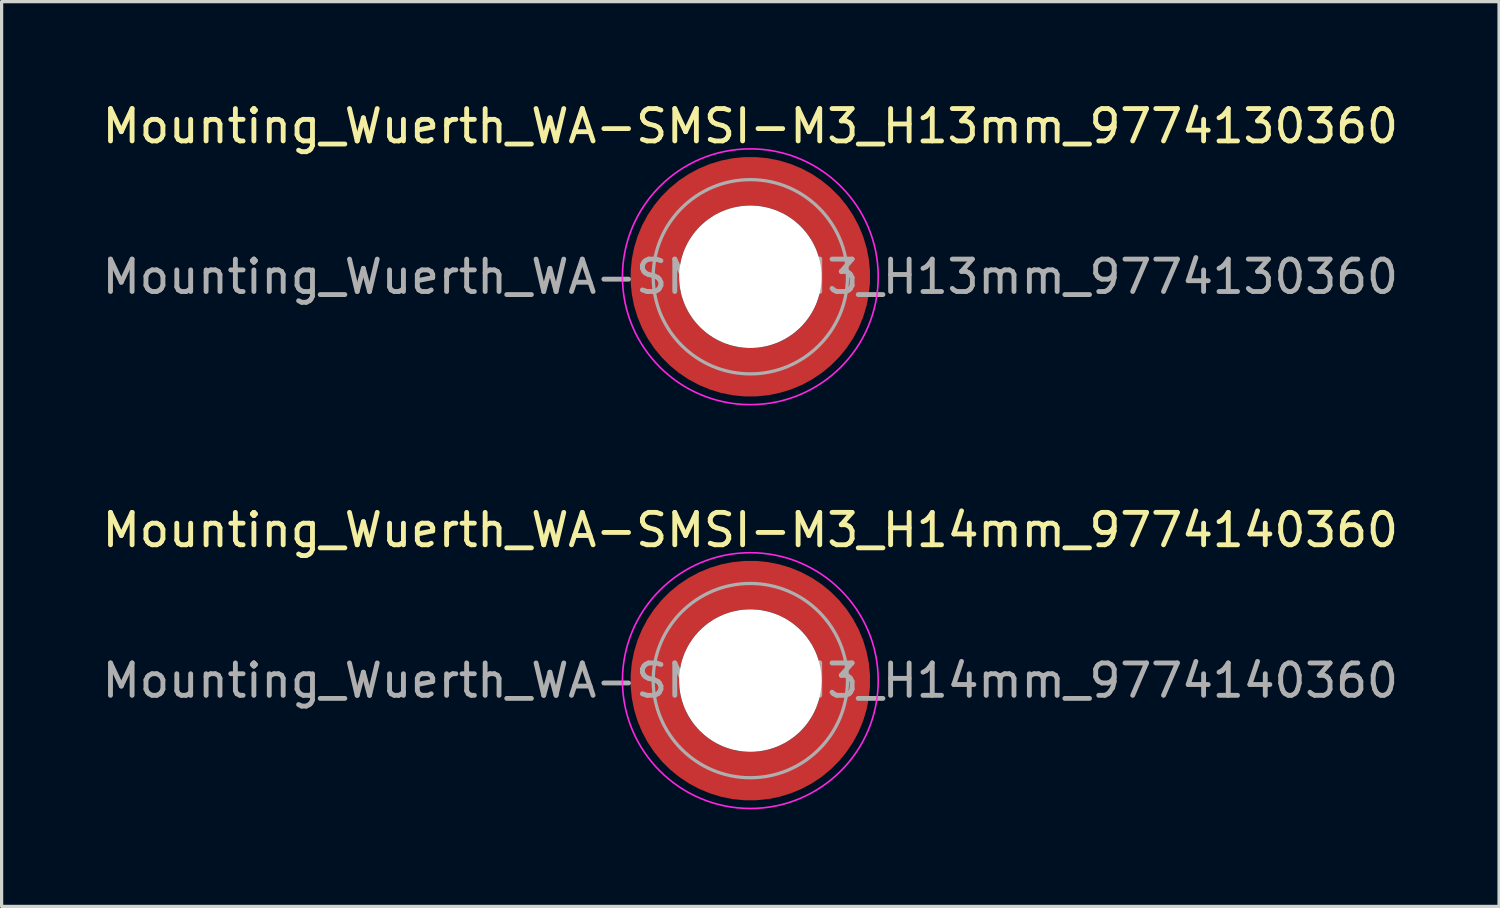
<source format=kicad_pcb>
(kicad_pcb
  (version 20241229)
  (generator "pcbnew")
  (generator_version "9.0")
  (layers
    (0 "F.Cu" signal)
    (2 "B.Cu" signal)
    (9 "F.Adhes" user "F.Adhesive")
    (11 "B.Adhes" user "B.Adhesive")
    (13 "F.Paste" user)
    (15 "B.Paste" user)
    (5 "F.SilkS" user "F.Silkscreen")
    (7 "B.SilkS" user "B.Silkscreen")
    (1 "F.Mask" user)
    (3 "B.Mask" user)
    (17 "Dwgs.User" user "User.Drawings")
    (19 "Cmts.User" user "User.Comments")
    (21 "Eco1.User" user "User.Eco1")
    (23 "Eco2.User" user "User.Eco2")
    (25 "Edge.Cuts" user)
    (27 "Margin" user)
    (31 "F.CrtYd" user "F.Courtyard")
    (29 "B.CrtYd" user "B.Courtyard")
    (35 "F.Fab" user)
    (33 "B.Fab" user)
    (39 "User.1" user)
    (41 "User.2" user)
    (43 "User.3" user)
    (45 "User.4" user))
  (footprint "Mounting_Wuerth_WA-SMSI-M3_H14mm_9774140360"
    (layer "F.Cu")
    (at 20.125 17.971)
    (property "Reference" "Mounting_Wuerth_WA-SMSI-M3_H14mm_9774140360" (at 0 -4.65 0) (layer "F.SilkS") (effects (font (size 1 1) (thickness 0.15))))
    (attr smd)
    (fp_circle (center 0 0) (end 3.95 0) (stroke (width 0.05) (type solid)) (fill no) (layer "F.CrtYd"))
    (fp_circle (center 0 0) (end 3 0) (stroke (width 0.1) (type solid)) (fill no) (layer "F.Fab"))
    (fp_text user "${REFERENCE}" (at 0 0 0) (layer "F.Fab") (effects (font (size 1 1) (thickness 0.15))))
    (pad "" smd custom (at -2.058 -2.058) (size 0.7 0.7) (layers "F.Paste") (options (anchor circle)) (primitives (gr_arc (start -0.377294 1.707681) (mid 0.318198 0.318198) (end 1.707681 -0.377294) (width 0.2)) (gr_arc (start -0.478281 1.707681) (mid 0.247487 0.247487) (end 1.707681 -0.478281) (width 0.2)) (gr_arc (start -0.579192 1.707681) (mid 0.176777 0.176777) (end 1.707681 -0.579192) (width 0.2)) (gr_arc (start -0.680037 1.707681) (mid 0.106066 0.106066) (end 1.707681 -0.680037) (width 0.2)) (gr_arc (start -0.780822 1.707681) (mid 0.035356 0.035356) (end 1.707681 -0.780822) (width 0.2)) (gr_arc (start -0.881554 1.707681) (mid -0.035355 -0.035355) (end 1.707681 -0.881554) (width 0.2)) (gr_arc (start -0.982237 1.707681) (mid -0.106066 -0.106066) (end 1.707681 -0.982237) (width 0.2)) (gr_arc (start -1.082877 1.707681) (mid -0.176777 -0.176777) (end 1.707681 -1.082877) (width 0.2)) (gr_arc (start -1.183476 1.707681) (mid -0.247487 -0.247487) (end 1.707681 -1.183476) (width 0.2)) (gr_arc (start -1.28404 1.707681) (mid -0.318198 -0.318198) (end 1.707681 -1.28404) (width 0.2)) (gr_line (start 1.708 -0.377) (end 1.708 -1.284) (width 0.2)) (gr_line (start -0.377 1.708) (end -1.284 1.708) (width 0.2))))
    (pad "" smd custom (at -2.058 2.058) (size 0.7 0.7) (layers "F.Paste") (options (anchor circle)) (primitives (gr_arc (start 1.707681 0.377294) (mid 0.318198 -0.318198) (end -0.377294 -1.707681) (width 0.2)) (gr_arc (start 1.707681 0.478281) (mid 0.247487 -0.247487) (end -0.478281 -1.707681) (width 0.2)) (gr_arc (start 1.707681 0.579192) (mid 0.176777 -0.176777) (end -0.579192 -1.707681) (width 0.2)) (gr_arc (start 1.707681 0.680037) (mid 0.106066 -0.106066) (end -0.680037 -1.707681) (width 0.2)) (gr_arc (start 1.707681 0.780822) (mid 0.035356 -0.035356) (end -0.780822 -1.707681) (width 0.2)) (gr_arc (start 1.707681 0.881554) (mid -0.035355 0.035355) (end -0.881554 -1.707681) (width 0.2)) (gr_arc (start 1.707681 0.982237) (mid -0.106066 0.106066) (end -0.982237 -1.707681) (width 0.2)) (gr_arc (start 1.707681 1.082877) (mid -0.176777 0.176777) (end -1.082877 -1.707681) (width 0.2)) (gr_arc (start 1.707681 1.183476) (mid -0.247487 0.247487) (end -1.183476 -1.707681) (width 0.2)) (gr_arc (start 1.707681 1.28404) (mid -0.318198 0.318198) (end -1.28404 -1.707681) (width 0.2)) (gr_line (start -0.377 -1.708) (end -1.284 -1.708) (width 0.2)) (gr_line (start 1.708 0.377) (end 1.708 1.284) (width 0.2))))
    (pad "" np_thru_hole circle (at 0 0) (size 4.4 4.4) (drill 4.4) (layers "*.Cu" "*.Mask"))
    (pad "" smd custom (at 2.058 -2.058) (size 0.7 0.7) (layers "F.Paste") (options (anchor circle)) (primitives (gr_arc (start -1.707681 -0.377294) (mid -0.318198 0.318198) (end 0.377294 1.707681) (width 0.2)) (gr_arc (start -1.707681 -0.478281) (mid -0.247487 0.247487) (end 0.478281 1.707681) (width 0.2)) (gr_arc (start -1.707681 -0.579192) (mid -0.176777 0.176777) (end 0.579192 1.707681) (width 0.2)) (gr_arc (start -1.707681 -0.680037) (mid -0.106066 0.106066) (end 0.680037 1.707681) (width 0.2)) (gr_arc (start -1.707681 -0.780822) (mid -0.035356 0.035356) (end 0.780822 1.707681) (width 0.2)) (gr_arc (start -1.707681 -0.881554) (mid 0.035355 -0.035355) (end 0.881554 1.707681) (width 0.2)) (gr_arc (start -1.707681 -0.982237) (mid 0.106066 -0.106066) (end 0.982237 1.707681) (width 0.2)) (gr_arc (start -1.707681 -1.082877) (mid 0.176777 -0.176777) (end 1.082877 1.707681) (width 0.2)) (gr_arc (start -1.707681 -1.183476) (mid 0.247487 -0.247487) (end 1.183476 1.707681) (width 0.2)) (gr_arc (start -1.707681 -1.28404) (mid 0.318198 -0.318198) (end 1.28404 1.707681) (width 0.2)) (gr_line (start 0.377 1.708) (end 1.284 1.708) (width 0.2)) (gr_line (start -1.708 -0.377) (end -1.708 -1.284) (width 0.2))))
    (pad "" smd custom (at 2.058 2.058) (size 0.7 0.7) (layers "F.Paste") (options (anchor circle)) (primitives (gr_arc (start 0.377294 -1.707681) (mid -0.318198 -0.318198) (end -1.707681 0.377294) (width 0.2)) (gr_arc (start 0.478281 -1.707681) (mid -0.247487 -0.247487) (end -1.707681 0.478281) (width 0.2)) (gr_arc (start 0.579192 -1.707681) (mid -0.176777 -0.176777) (end -1.707681 0.579192) (width 0.2)) (gr_arc (start 0.680037 -1.707681) (mid -0.106066 -0.106066) (end -1.707681 0.680037) (width 0.2)) (gr_arc (start 0.780822 -1.707681) (mid -0.035356 -0.035356) (end -1.707681 0.780822) (width 0.2)) (gr_arc (start 0.881554 -1.707681) (mid 0.035355 0.035355) (end -1.707681 0.881554) (width 0.2)) (gr_arc (start 0.982237 -1.707681) (mid 0.106066 0.106066) (end -1.707681 0.982237) (width 0.2)) (gr_arc (start 1.082877 -1.707681) (mid 0.176777 0.176777) (end -1.707681 1.082877) (width 0.2)) (gr_arc (start 1.183476 -1.707681) (mid 0.247487 0.247487) (end -1.707681 1.183476) (width 0.2)) (gr_arc (start 1.28404 -1.707681) (mid 0.318198 0.318198) (end -1.707681 1.28404) (width 0.2)) (gr_line (start -1.708 0.377) (end -1.708 1.284) (width 0.2)) (gr_line (start 0.377 -1.708) (end 1.284 -1.708) (width 0.2))))
    (pad "1" smd circle (at -2.95 0) (size 1.1 1.1) (layers "F.Cu"))
    (pad "1" smd circle (at 0 -2.95) (size 1.1 1.1) (layers "F.Cu"))
    (pad "1" smd circle (at 0 2.95) (size 1.1 1.1) (layers "F.Cu"))
    (pad "1" smd custom (at 2.95 0) (size 1.1 1.1) (layers "F.Cu" "F.Mask") (options (anchor circle)) (primitives (gr_circle (center -2.95 0) (end 0 0) (width 1.5) (fill no)))))
  (footprint "Mounting_Wuerth_WA-SMSI-M3_H13mm_9774130360"
    (layer "F.Cu")
    (at 20.125 5.498)
    (property "Reference" "Mounting_Wuerth_WA-SMSI-M3_H13mm_9774130360" (at 0 -4.65 0) (layer "F.SilkS") (effects (font (size 1 1) (thickness 0.15))))
    (attr smd)
    (fp_circle (center 0 0) (end 3.95 0) (stroke (width 0.05) (type solid)) (fill no) (layer "F.CrtYd"))
    (fp_circle (center 0 0) (end 3 0) (stroke (width 0.1) (type solid)) (fill no) (layer "F.Fab"))
    (fp_text user "${REFERENCE}" (at 0 0 0) (layer "F.Fab") (effects (font (size 1 1) (thickness 0.15))))
    (pad "" smd custom (at -2.058 -2.058) (size 0.7 0.7) (layers "F.Paste") (options (anchor circle)) (primitives (gr_arc (start -0.377294 1.707681) (mid 0.318198 0.318198) (end 1.707681 -0.377294) (width 0.2)) (gr_arc (start -0.478281 1.707681) (mid 0.247487 0.247487) (end 1.707681 -0.478281) (width 0.2)) (gr_arc (start -0.579192 1.707681) (mid 0.176777 0.176777) (end 1.707681 -0.579192) (width 0.2)) (gr_arc (start -0.680037 1.707681) (mid 0.106066 0.106066) (end 1.707681 -0.680037) (width 0.2)) (gr_arc (start -0.780822 1.707681) (mid 0.035356 0.035356) (end 1.707681 -0.780822) (width 0.2)) (gr_arc (start -0.881554 1.707681) (mid -0.035355 -0.035355) (end 1.707681 -0.881554) (width 0.2)) (gr_arc (start -0.982237 1.707681) (mid -0.106066 -0.106066) (end 1.707681 -0.982237) (width 0.2)) (gr_arc (start -1.082877 1.707681) (mid -0.176777 -0.176777) (end 1.707681 -1.082877) (width 0.2)) (gr_arc (start -1.183476 1.707681) (mid -0.247487 -0.247487) (end 1.707681 -1.183476) (width 0.2)) (gr_arc (start -1.28404 1.707681) (mid -0.318198 -0.318198) (end 1.707681 -1.28404) (width 0.2)) (gr_line (start 1.708 -0.377) (end 1.708 -1.284) (width 0.2)) (gr_line (start -0.377 1.708) (end -1.284 1.708) (width 0.2))))
    (pad "" smd custom (at -2.058 2.058) (size 0.7 0.7) (layers "F.Paste") (options (anchor circle)) (primitives (gr_arc (start 1.707681 0.377294) (mid 0.318198 -0.318198) (end -0.377294 -1.707681) (width 0.2)) (gr_arc (start 1.707681 0.478281) (mid 0.247487 -0.247487) (end -0.478281 -1.707681) (width 0.2)) (gr_arc (start 1.707681 0.579192) (mid 0.176777 -0.176777) (end -0.579192 -1.707681) (width 0.2)) (gr_arc (start 1.707681 0.680037) (mid 0.106066 -0.106066) (end -0.680037 -1.707681) (width 0.2)) (gr_arc (start 1.707681 0.780822) (mid 0.035356 -0.035356) (end -0.780822 -1.707681) (width 0.2)) (gr_arc (start 1.707681 0.881554) (mid -0.035355 0.035355) (end -0.881554 -1.707681) (width 0.2)) (gr_arc (start 1.707681 0.982237) (mid -0.106066 0.106066) (end -0.982237 -1.707681) (width 0.2)) (gr_arc (start 1.707681 1.082877) (mid -0.176777 0.176777) (end -1.082877 -1.707681) (width 0.2)) (gr_arc (start 1.707681 1.183476) (mid -0.247487 0.247487) (end -1.183476 -1.707681) (width 0.2)) (gr_arc (start 1.707681 1.28404) (mid -0.318198 0.318198) (end -1.28404 -1.707681) (width 0.2)) (gr_line (start -0.377 -1.708) (end -1.284 -1.708) (width 0.2)) (gr_line (start 1.708 0.377) (end 1.708 1.284) (width 0.2))))
    (pad "" np_thru_hole circle (at 0 0) (size 4.4 4.4) (drill 4.4) (layers "*.Cu" "*.Mask"))
    (pad "" smd custom (at 2.058 -2.058) (size 0.7 0.7) (layers "F.Paste") (options (anchor circle)) (primitives (gr_arc (start -1.707681 -0.377294) (mid -0.318198 0.318198) (end 0.377294 1.707681) (width 0.2)) (gr_arc (start -1.707681 -0.478281) (mid -0.247487 0.247487) (end 0.478281 1.707681) (width 0.2)) (gr_arc (start -1.707681 -0.579192) (mid -0.176777 0.176777) (end 0.579192 1.707681) (width 0.2)) (gr_arc (start -1.707681 -0.680037) (mid -0.106066 0.106066) (end 0.680037 1.707681) (width 0.2)) (gr_arc (start -1.707681 -0.780822) (mid -0.035356 0.035356) (end 0.780822 1.707681) (width 0.2)) (gr_arc (start -1.707681 -0.881554) (mid 0.035355 -0.035355) (end 0.881554 1.707681) (width 0.2)) (gr_arc (start -1.707681 -0.982237) (mid 0.106066 -0.106066) (end 0.982237 1.707681) (width 0.2)) (gr_arc (start -1.707681 -1.082877) (mid 0.176777 -0.176777) (end 1.082877 1.707681) (width 0.2)) (gr_arc (start -1.707681 -1.183476) (mid 0.247487 -0.247487) (end 1.183476 1.707681) (width 0.2)) (gr_arc (start -1.707681 -1.28404) (mid 0.318198 -0.318198) (end 1.28404 1.707681) (width 0.2)) (gr_line (start 0.377 1.708) (end 1.284 1.708) (width 0.2)) (gr_line (start -1.708 -0.377) (end -1.708 -1.284) (width 0.2))))
    (pad "" smd custom (at 2.058 2.058) (size 0.7 0.7) (layers "F.Paste") (options (anchor circle)) (primitives (gr_arc (start 0.377294 -1.707681) (mid -0.318198 -0.318198) (end -1.707681 0.377294) (width 0.2)) (gr_arc (start 0.478281 -1.707681) (mid -0.247487 -0.247487) (end -1.707681 0.478281) (width 0.2)) (gr_arc (start 0.579192 -1.707681) (mid -0.176777 -0.176777) (end -1.707681 0.579192) (width 0.2)) (gr_arc (start 0.680037 -1.707681) (mid -0.106066 -0.106066) (end -1.707681 0.680037) (width 0.2)) (gr_arc (start 0.780822 -1.707681) (mid -0.035356 -0.035356) (end -1.707681 0.780822) (width 0.2)) (gr_arc (start 0.881554 -1.707681) (mid 0.035355 0.035355) (end -1.707681 0.881554) (width 0.2)) (gr_arc (start 0.982237 -1.707681) (mid 0.106066 0.106066) (end -1.707681 0.982237) (width 0.2)) (gr_arc (start 1.082877 -1.707681) (mid 0.176777 0.176777) (end -1.707681 1.082877) (width 0.2)) (gr_arc (start 1.183476 -1.707681) (mid 0.247487 0.247487) (end -1.707681 1.183476) (width 0.2)) (gr_arc (start 1.28404 -1.707681) (mid 0.318198 0.318198) (end -1.707681 1.28404) (width 0.2)) (gr_line (start -1.708 0.377) (end -1.708 1.284) (width 0.2)) (gr_line (start 0.377 -1.708) (end 1.284 -1.708) (width 0.2))))
    (pad "1" smd circle (at -2.95 0) (size 1.1 1.1) (layers "F.Cu"))
    (pad "1" smd circle (at 0 -2.95) (size 1.1 1.1) (layers "F.Cu"))
    (pad "1" smd circle (at 0 2.95) (size 1.1 1.1) (layers "F.Cu"))
    (pad "1" smd custom (at 2.95 0) (size 1.1 1.1) (layers "F.Cu" "F.Mask") (options (anchor circle)) (primitives (gr_circle (center -2.95 0) (end 0 0) (width 1.5) (fill no)))))
  (gr_rect
    (start -3 -3)
    (end 43.25 24.947)
    (stroke (width 0.1) (type default))
    (fill no)
    (layer "Edge.Cuts")))
</source>
